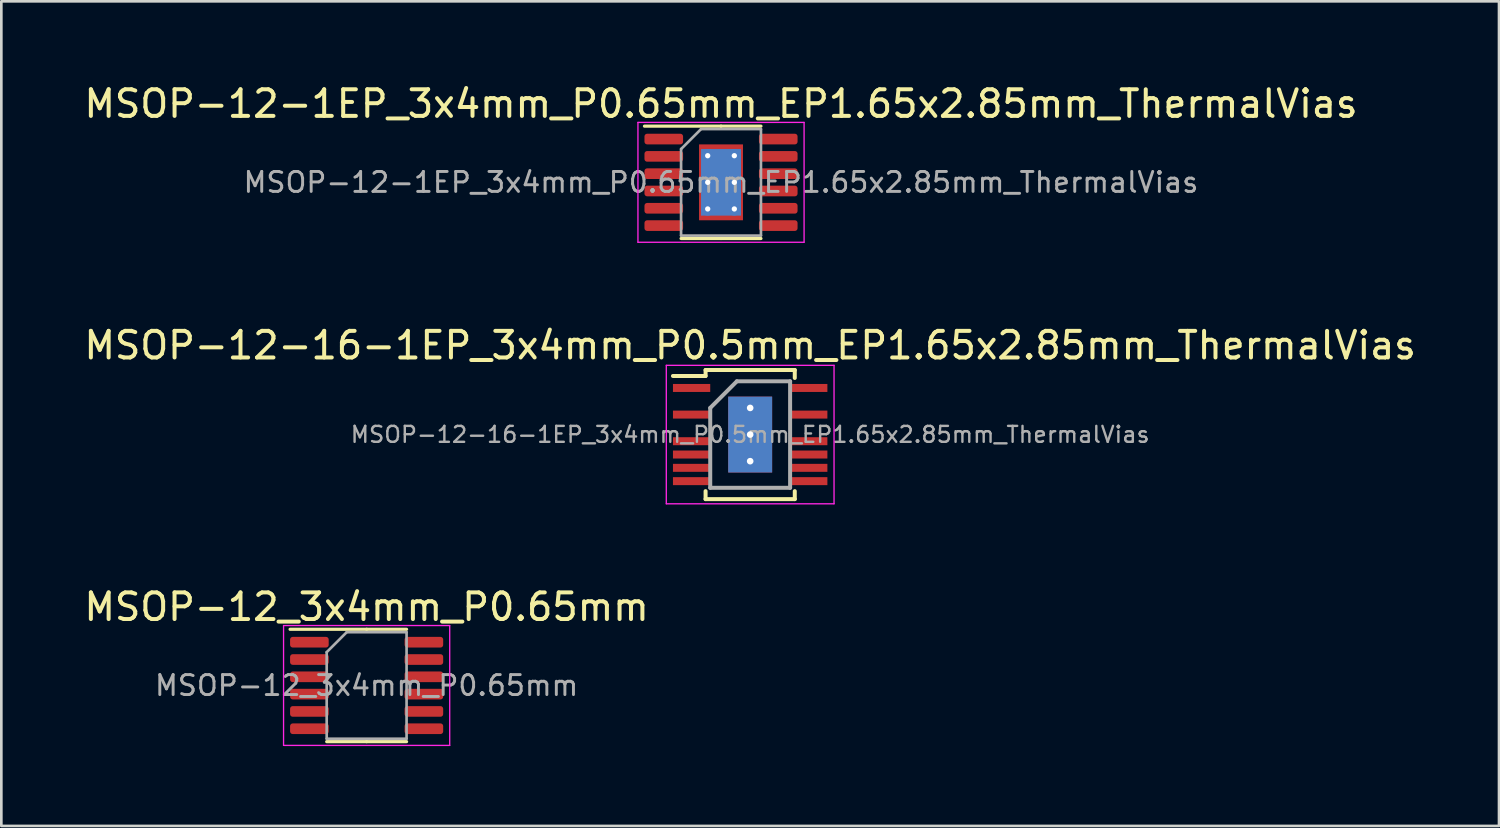
<source format=kicad_pcb>
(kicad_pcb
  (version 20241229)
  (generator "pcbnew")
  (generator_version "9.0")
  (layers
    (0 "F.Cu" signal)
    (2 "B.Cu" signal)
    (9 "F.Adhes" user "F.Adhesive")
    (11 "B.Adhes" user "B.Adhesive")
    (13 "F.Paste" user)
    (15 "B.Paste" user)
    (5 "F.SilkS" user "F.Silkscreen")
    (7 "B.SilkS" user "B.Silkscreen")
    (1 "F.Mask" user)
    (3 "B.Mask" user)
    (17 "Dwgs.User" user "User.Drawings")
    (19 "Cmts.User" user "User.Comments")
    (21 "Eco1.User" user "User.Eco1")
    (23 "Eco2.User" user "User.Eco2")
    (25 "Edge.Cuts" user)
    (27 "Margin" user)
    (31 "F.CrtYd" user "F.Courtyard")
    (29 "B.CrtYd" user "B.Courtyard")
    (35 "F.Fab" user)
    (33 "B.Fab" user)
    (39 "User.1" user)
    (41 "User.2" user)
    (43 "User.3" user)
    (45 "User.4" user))
  (footprint "MSOP-12-16-1EP_3x4mm_P0.5mm_EP1.65x2.85mm_ThermalVias"
    (layer "F.Cu")
    (at 25.125 13.271)
    (property "Reference" "MSOP-12-16-1EP_3x4mm_P0.5mm_EP1.65x2.85mm_ThermalVias" (at 0 -3.35 0) (layer "F.SilkS") (effects (font (size 1 1) (thickness 0.15))))
    (attr smd)
    (fp_line (start -1.675 -2.425) (end -1.675 -2.2) (stroke (width 0.15) (type solid)) (layer "F.SilkS"))
    (fp_line (start -1.675 -2.425) (end 1.675 -2.425) (stroke (width 0.15) (type solid)) (layer "F.SilkS"))
    (fp_line (start -1.675 -2.2) (end -2.9 -2.2) (stroke (width 0.15) (type solid)) (layer "F.SilkS"))
    (fp_line (start -1.675 2.425) (end -1.675 2.125) (stroke (width 0.15) (type solid)) (layer "F.SilkS"))
    (fp_line (start -1.675 2.425) (end 1.675 2.425) (stroke (width 0.15) (type solid)) (layer "F.SilkS"))
    (fp_line (start 1.675 -2.425) (end 1.675 -2.125) (stroke (width 0.15) (type solid)) (layer "F.SilkS"))
    (fp_line (start 1.675 2.425) (end 1.675 2.125) (stroke (width 0.15) (type solid)) (layer "F.SilkS"))
    (fp_line (start -3.15 -2.6) (end -3.15 2.6) (stroke (width 0.05) (type solid)) (layer "F.CrtYd"))
    (fp_line (start -3.15 -2.6) (end 3.15 -2.6) (stroke (width 0.05) (type solid)) (layer "F.CrtYd"))
    (fp_line (start -3.15 2.6) (end 3.15 2.6) (stroke (width 0.05) (type solid)) (layer "F.CrtYd"))
    (fp_line (start 3.15 -2.6) (end 3.15 2.6) (stroke (width 0.05) (type solid)) (layer "F.CrtYd"))
    (fp_line (start -1.5 -1) (end -0.5 -2) (stroke (width 0.15) (type solid)) (layer "F.Fab"))
    (fp_line (start -1.5 2) (end -1.5 -1) (stroke (width 0.15) (type solid)) (layer "F.Fab"))
    (fp_line (start -0.5 -2) (end 1.5 -2) (stroke (width 0.15) (type solid)) (layer "F.Fab"))
    (fp_line (start 1.5 -2) (end 1.5 2) (stroke (width 0.15) (type solid)) (layer "F.Fab"))
    (fp_line (start 1.5 2) (end -1.5 2) (stroke (width 0.15) (type solid)) (layer "F.Fab"))
    (fp_text user "${REFERENCE}" (at 0 0 0) (layer "F.Fab") (effects (font (size 0.6 0.6) (thickness 0.09))))
    (pad "" smd rect (at -0.45 -1.25) (size 0.65 0.25) (layers "F.Paste"))
    (pad "" smd rect (at -0.45 -0.5) (size 0.65 0.8) (layers "F.Paste"))
    (pad "" smd rect (at -0.45 0.5) (size 0.65 0.8) (layers "F.Paste"))
    (pad "" smd rect (at -0.45 1.25) (size 0.65 0.25) (layers "F.Paste"))
    (pad "" smd rect (at 0.45 -1.25) (size 0.65 0.25) (layers "F.Paste"))
    (pad "" smd rect (at 0.45 -0.5) (size 0.65 0.8) (layers "F.Paste"))
    (pad "" smd rect (at 0.45 0.5) (size 0.65 0.8) (layers "F.Paste"))
    (pad "" smd rect (at 0.45 1.25) (size 0.65 0.25) (layers "F.Paste"))
    (pad "1" smd rect (at -2.2 -1.75) (size 1.4 0.3) (layers "F.Cu" "F.Mask" "F.Paste"))
    (pad "3" smd rect (at -2.2 -0.75) (size 1.4 0.3) (layers "F.Cu" "F.Mask" "F.Paste"))
    (pad "5" smd rect (at -2.2 0.25) (size 1.4 0.3) (layers "F.Cu" "F.Mask" "F.Paste"))
    (pad "6" smd rect (at -2.2 0.75) (size 1.4 0.3) (layers "F.Cu" "F.Mask" "F.Paste"))
    (pad "7" smd rect (at -2.2 1.25) (size 1.4 0.3) (layers "F.Cu" "F.Mask" "F.Paste"))
    (pad "8" smd rect (at -2.2 1.75) (size 1.4 0.3) (layers "F.Cu" "F.Mask" "F.Paste"))
    (pad "9" smd rect (at 2.2 1.75) (size 1.4 0.3) (layers "F.Cu" "F.Mask" "F.Paste"))
    (pad "10" smd rect (at 2.2 1.25) (size 1.4 0.3) (layers "F.Cu" "F.Mask" "F.Paste"))
    (pad "11" smd rect (at 2.2 0.75) (size 1.4 0.3) (layers "F.Cu" "F.Mask" "F.Paste"))
    (pad "12" smd rect (at 2.2 0.25) (size 1.4 0.3) (layers "F.Cu" "F.Mask" "F.Paste"))
    (pad "14" smd rect (at 2.2 -0.75) (size 1.4 0.3) (layers "F.Cu" "F.Mask" "F.Paste"))
    (pad "16" smd rect (at 2.2 -1.75) (size 1.4 0.3) (layers "F.Cu" "F.Mask" "F.Paste"))
    (pad "17" thru_hole circle (at 0 -1) (size 0.65 0.65) (drill 0.25) (layers "*.Cu"))
    (pad "17" thru_hole circle (at 0 0) (size 0.65 0.65) (drill 0.25) (layers "*.Cu"))
    (pad "17" smd rect (at 0 0) (size 1.65 2.85) (layers "F.Cu" "F.Mask" "F.Paste"))
    (pad "17" smd rect (at 0 0) (size 1.65 2.85) (layers "B.Cu"))
    (pad "17" thru_hole circle (at 0 1) (size 0.65 0.65) (drill 0.25) (layers "*.Cu")))
  (footprint "MSOP-12_3x4mm_P0.65mm"
    (layer "F.Cu")
    (at 10.72 22.695)
    (property "Reference" "MSOP-12_3x4mm_P0.65mm" (at 0 -2.95 0) (layer "F.SilkS") (effects (font (size 1 1) (thickness 0.15))))
    (attr smd)
    (fp_line (start 0 -2.11) (end -2.875 -2.11) (stroke (width 0.12) (type solid)) (layer "F.SilkS"))
    (fp_line (start 0 -2.11) (end 1.5 -2.11) (stroke (width 0.12) (type solid)) (layer "F.SilkS"))
    (fp_line (start 0 2.11) (end -1.5 2.11) (stroke (width 0.12) (type solid)) (layer "F.SilkS"))
    (fp_line (start 0 2.11) (end 1.5 2.11) (stroke (width 0.12) (type solid)) (layer "F.SilkS"))
    (fp_line (start -3.12 -2.25) (end -3.12 2.25) (stroke (width 0.05) (type solid)) (layer "F.CrtYd"))
    (fp_line (start -3.12 2.25) (end 3.12 2.25) (stroke (width 0.05) (type solid)) (layer "F.CrtYd"))
    (fp_line (start 3.12 -2.25) (end -3.12 -2.25) (stroke (width 0.05) (type solid)) (layer "F.CrtYd"))
    (fp_line (start 3.12 2.25) (end 3.12 -2.25) (stroke (width 0.05) (type solid)) (layer "F.CrtYd"))
    (fp_line (start -1.5 -1.25) (end -0.75 -2) (stroke (width 0.1) (type solid)) (layer "F.Fab"))
    (fp_line (start -1.5 2) (end -1.5 -1.25) (stroke (width 0.1) (type solid)) (layer "F.Fab"))
    (fp_line (start -0.75 -2) (end 1.5 -2) (stroke (width 0.1) (type solid)) (layer "F.Fab"))
    (fp_line (start 1.5 -2) (end 1.5 2) (stroke (width 0.1) (type solid)) (layer "F.Fab"))
    (fp_line (start 1.5 2) (end -1.5 2) (stroke (width 0.1) (type solid)) (layer "F.Fab"))
    (fp_text user "${REFERENCE}" (at 0 0 0) (layer "F.Fab") (effects (font (size 0.75 0.75) (thickness 0.11))))
    (pad "1" smd roundrect (at -2.15 -1.625) (size 1.45 0.4) (layers "F.Cu" "F.Mask" "F.Paste") (roundrect_rratio 0.25))
    (pad "2" smd roundrect (at -2.15 -0.975) (size 1.45 0.4) (layers "F.Cu" "F.Mask" "F.Paste") (roundrect_rratio 0.25))
    (pad "3" smd roundrect (at -2.15 -0.325) (size 1.45 0.4) (layers "F.Cu" "F.Mask" "F.Paste") (roundrect_rratio 0.25))
    (pad "4" smd roundrect (at -2.15 0.325) (size 1.45 0.4) (layers "F.Cu" "F.Mask" "F.Paste") (roundrect_rratio 0.25))
    (pad "5" smd roundrect (at -2.15 0.975) (size 1.45 0.4) (layers "F.Cu" "F.Mask" "F.Paste") (roundrect_rratio 0.25))
    (pad "6" smd roundrect (at -2.15 1.625) (size 1.45 0.4) (layers "F.Cu" "F.Mask" "F.Paste") (roundrect_rratio 0.25))
    (pad "7" smd roundrect (at 2.15 1.625) (size 1.45 0.4) (layers "F.Cu" "F.Mask" "F.Paste") (roundrect_rratio 0.25))
    (pad "8" smd roundrect (at 2.15 0.975) (size 1.45 0.4) (layers "F.Cu" "F.Mask" "F.Paste") (roundrect_rratio 0.25))
    (pad "9" smd roundrect (at 2.15 0.325) (size 1.45 0.4) (layers "F.Cu" "F.Mask" "F.Paste") (roundrect_rratio 0.25))
    (pad "10" smd roundrect (at 2.15 -0.325) (size 1.45 0.4) (layers "F.Cu" "F.Mask" "F.Paste") (roundrect_rratio 0.25))
    (pad "11" smd roundrect (at 2.15 -0.975) (size 1.45 0.4) (layers "F.Cu" "F.Mask" "F.Paste") (roundrect_rratio 0.25))
    (pad "12" smd roundrect (at 2.15 -1.625) (size 1.45 0.4) (layers "F.Cu" "F.Mask" "F.Paste") (roundrect_rratio 0.25)))
  (footprint "MSOP-12-1EP_3x4mm_P0.65mm_EP1.65x2.85mm_ThermalVias"
    (layer "F.Cu")
    (at 24.03 3.798)
    (property "Reference" "MSOP-12-1EP_3x4mm_P0.65mm_EP1.65x2.85mm_ThermalVias" (at 0 -2.95 0) (layer "F.SilkS") (effects (font (size 1 1) (thickness 0.15))))
    (attr smd)
    (fp_line (start 0 -2.11) (end -2.875 -2.11) (stroke (width 0.12) (type solid)) (layer "F.SilkS"))
    (fp_line (start 0 -2.11) (end 1.5 -2.11) (stroke (width 0.12) (type solid)) (layer "F.SilkS"))
    (fp_line (start 0 2.11) (end -1.5 2.11) (stroke (width 0.12) (type solid)) (layer "F.SilkS"))
    (fp_line (start 0 2.11) (end 1.5 2.11) (stroke (width 0.12) (type solid)) (layer "F.SilkS"))
    (fp_line (start -3.12 -2.25) (end -3.12 2.25) (stroke (width 0.05) (type solid)) (layer "F.CrtYd"))
    (fp_line (start -3.12 2.25) (end 3.12 2.25) (stroke (width 0.05) (type solid)) (layer "F.CrtYd"))
    (fp_line (start 3.12 -2.25) (end -3.12 -2.25) (stroke (width 0.05) (type solid)) (layer "F.CrtYd"))
    (fp_line (start 3.12 2.25) (end 3.12 -2.25) (stroke (width 0.05) (type solid)) (layer "F.CrtYd"))
    (fp_line (start -1.5 -1.25) (end -0.75 -2) (stroke (width 0.1) (type solid)) (layer "F.Fab"))
    (fp_line (start -1.5 2) (end -1.5 -1.25) (stroke (width 0.1) (type solid)) (layer "F.Fab"))
    (fp_line (start -0.75 -2) (end 1.5 -2) (stroke (width 0.1) (type solid)) (layer "F.Fab"))
    (fp_line (start 1.5 -2) (end 1.5 2) (stroke (width 0.1) (type solid)) (layer "F.Fab"))
    (fp_line (start 1.5 2) (end -1.5 2) (stroke (width 0.1) (type solid)) (layer "F.Fab"))
    (fp_text user "${REFERENCE}" (at 0 0 0) (layer "F.Fab") (effects (font (size 0.75 0.75) (thickness 0.11))))
    (pad "" smd roundrect (at -0.41 -0.71) (size 0.69 1.19) (layers "F.Paste") (roundrect_rratio 0.25))
    (pad "" smd roundrect (at -0.41 0.71) (size 0.69 1.19) (layers "F.Paste") (roundrect_rratio 0.25))
    (pad "" smd roundrect (at 0.41 -0.71) (size 0.69 1.19) (layers "F.Paste") (roundrect_rratio 0.25))
    (pad "" smd roundrect (at 0.41 0.71) (size 0.69 1.19) (layers "F.Paste") (roundrect_rratio 0.25))
    (pad "1" smd roundrect (at -2.15 -1.625) (size 1.45 0.4) (layers "F.Cu" "F.Mask" "F.Paste") (roundrect_rratio 0.25))
    (pad "2" smd roundrect (at -2.15 -0.975) (size 1.45 0.4) (layers "F.Cu" "F.Mask" "F.Paste") (roundrect_rratio 0.25))
    (pad "3" smd roundrect (at -2.15 -0.325) (size 1.45 0.4) (layers "F.Cu" "F.Mask" "F.Paste") (roundrect_rratio 0.25))
    (pad "4" smd roundrect (at -2.15 0.325) (size 1.45 0.4) (layers "F.Cu" "F.Mask" "F.Paste") (roundrect_rratio 0.25))
    (pad "5" smd roundrect (at -2.15 0.975) (size 1.45 0.4) (layers "F.Cu" "F.Mask" "F.Paste") (roundrect_rratio 0.25))
    (pad "6" smd roundrect (at -2.15 1.625) (size 1.45 0.4) (layers "F.Cu" "F.Mask" "F.Paste") (roundrect_rratio 0.25))
    (pad "7" smd roundrect (at 2.15 1.625) (size 1.45 0.4) (layers "F.Cu" "F.Mask" "F.Paste") (roundrect_rratio 0.25))
    (pad "8" smd roundrect (at 2.15 0.975) (size 1.45 0.4) (layers "F.Cu" "F.Mask" "F.Paste") (roundrect_rratio 0.25))
    (pad "9" smd roundrect (at 2.15 0.325) (size 1.45 0.4) (layers "F.Cu" "F.Mask" "F.Paste") (roundrect_rratio 0.25))
    (pad "10" smd roundrect (at 2.15 -0.325) (size 1.45 0.4) (layers "F.Cu" "F.Mask" "F.Paste") (roundrect_rratio 0.25))
    (pad "11" smd roundrect (at 2.15 -0.975) (size 1.45 0.4) (layers "F.Cu" "F.Mask" "F.Paste") (roundrect_rratio 0.25))
    (pad "12" smd roundrect (at 2.15 -1.625) (size 1.45 0.4) (layers "F.Cu" "F.Mask" "F.Paste") (roundrect_rratio 0.25))
    (pad "13" thru_hole circle (at -0.5 -1) (size 0.5 0.5) (drill 0.2) (layers "*.Cu"))
    (pad "13" thru_hole circle (at -0.5 0) (size 0.5 0.5) (drill 0.2) (layers "*.Cu"))
    (pad "13" thru_hole circle (at -0.5 1) (size 0.5 0.5) (drill 0.2) (layers "*.Cu"))
    (pad "13" smd rect (at 0 0) (size 1.5 2.5) (layers "B.Cu"))
    (pad "13" smd rect (at 0 0) (size 1.65 2.85) (layers "F.Cu" "F.Mask"))
    (pad "13" thru_hole circle (at 0.5 -1) (size 0.5 0.5) (drill 0.2) (layers "*.Cu"))
    (pad "13" thru_hole circle (at 0.5 0) (size 0.5 0.5) (drill 0.2) (layers "*.Cu"))
    (pad "13" thru_hole circle (at 0.5 1) (size 0.5 0.5) (drill 0.2) (layers "*.Cu")))
  (gr_rect
    (start -3 -3)
    (end 53.25 27.97)
    (stroke (width 0.1) (type default))
    (fill no)
    (layer "Edge.Cuts")))
</source>
